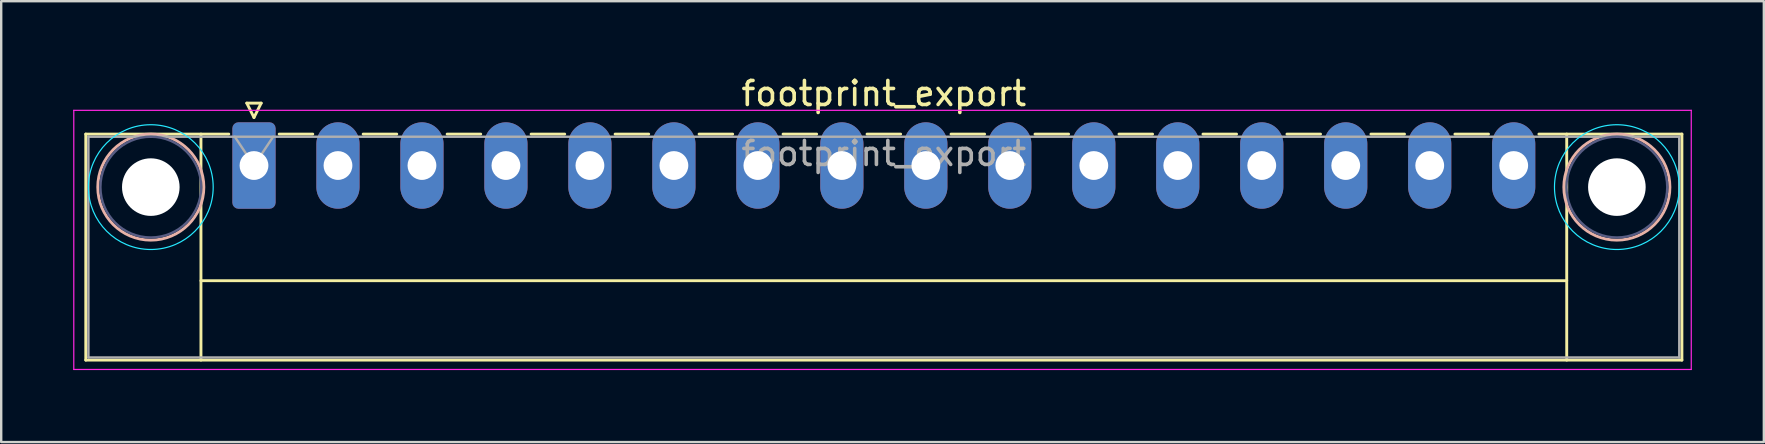
<source format=kicad_pcb>
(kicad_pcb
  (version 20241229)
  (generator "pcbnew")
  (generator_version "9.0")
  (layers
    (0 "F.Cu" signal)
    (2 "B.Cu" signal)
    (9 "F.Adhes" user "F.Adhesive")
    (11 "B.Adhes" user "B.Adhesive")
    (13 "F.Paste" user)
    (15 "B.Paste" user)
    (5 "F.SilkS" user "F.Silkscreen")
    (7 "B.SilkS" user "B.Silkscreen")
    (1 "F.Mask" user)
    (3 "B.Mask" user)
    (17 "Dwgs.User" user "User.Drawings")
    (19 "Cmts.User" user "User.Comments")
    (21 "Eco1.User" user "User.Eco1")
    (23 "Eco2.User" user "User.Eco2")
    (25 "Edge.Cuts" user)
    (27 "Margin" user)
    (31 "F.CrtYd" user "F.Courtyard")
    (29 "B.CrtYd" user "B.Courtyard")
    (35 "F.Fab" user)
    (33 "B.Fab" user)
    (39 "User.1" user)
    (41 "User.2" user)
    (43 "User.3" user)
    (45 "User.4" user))
  (footprint "footprint_export"
    (layer "F.Cu")
    (at 7.535 3.848)
    (property "Reference" "footprint_export" (at 26.25 -3 0) (layer "F.SilkS") (effects (font (size 1 1) (thickness 0.15))))
    (attr through_hole)
    (fp_line (start -7.01 -1.31) (end -7.01 8.11) (stroke (width 0.12) (type solid)) (layer "F.SilkS"))
    (fp_line (start -7.01 -1.31) (end -1.05 -1.31) (stroke (width 0.12) (type solid)) (layer "F.SilkS"))
    (fp_line (start -7.01 8.11) (end 59.51 8.11) (stroke (width 0.12) (type solid)) (layer "F.SilkS"))
    (fp_line (start -2.21 -1.31) (end -2.21 8.11) (stroke (width 0.12) (type solid)) (layer "F.SilkS"))
    (fp_line (start -2.21 4.8) (end 54.71 4.8) (stroke (width 0.12) (type solid)) (layer "F.SilkS"))
    (fp_line (start -0.3 -2.6) (end 0.3 -2.6) (stroke (width 0.12) (type solid)) (layer "F.SilkS"))
    (fp_line (start 0 -2) (end -0.3 -2.6) (stroke (width 0.12) (type solid)) (layer "F.SilkS"))
    (fp_line (start 0.3 -2.6) (end 0 -2) (stroke (width 0.12) (type solid)) (layer "F.SilkS"))
    (fp_line (start 1.05 -1.31) (end 2.45 -1.31) (stroke (width 0.12) (type solid)) (layer "F.SilkS"))
    (fp_line (start 4.55 -1.31) (end 5.95 -1.31) (stroke (width 0.12) (type solid)) (layer "F.SilkS"))
    (fp_line (start 8.05 -1.31) (end 9.45 -1.31) (stroke (width 0.12) (type solid)) (layer "F.SilkS"))
    (fp_line (start 11.55 -1.31) (end 12.95 -1.31) (stroke (width 0.12) (type solid)) (layer "F.SilkS"))
    (fp_line (start 15.05 -1.31) (end 16.45 -1.31) (stroke (width 0.12) (type solid)) (layer "F.SilkS"))
    (fp_line (start 18.55 -1.31) (end 19.95 -1.31) (stroke (width 0.12) (type solid)) (layer "F.SilkS"))
    (fp_line (start 22.05 -1.31) (end 23.45 -1.31) (stroke (width 0.12) (type solid)) (layer "F.SilkS"))
    (fp_line (start 25.55 -1.31) (end 26.95 -1.31) (stroke (width 0.12) (type solid)) (layer "F.SilkS"))
    (fp_line (start 29.05 -1.31) (end 30.45 -1.31) (stroke (width 0.12) (type solid)) (layer "F.SilkS"))
    (fp_line (start 32.55 -1.31) (end 33.95 -1.31) (stroke (width 0.12) (type solid)) (layer "F.SilkS"))
    (fp_line (start 36.05 -1.31) (end 37.45 -1.31) (stroke (width 0.12) (type solid)) (layer "F.SilkS"))
    (fp_line (start 39.55 -1.31) (end 40.95 -1.31) (stroke (width 0.12) (type solid)) (layer "F.SilkS"))
    (fp_line (start 43.05 -1.31) (end 44.45 -1.31) (stroke (width 0.12) (type solid)) (layer "F.SilkS"))
    (fp_line (start 46.55 -1.31) (end 47.95 -1.31) (stroke (width 0.12) (type solid)) (layer "F.SilkS"))
    (fp_line (start 50.05 -1.31) (end 51.45 -1.31) (stroke (width 0.12) (type solid)) (layer "F.SilkS"))
    (fp_line (start 54.71 -1.31) (end 54.71 8.11) (stroke (width 0.12) (type solid)) (layer "F.SilkS"))
    (fp_line (start 59.51 -1.31) (end 53.55 -1.31) (stroke (width 0.12) (type solid)) (layer "F.SilkS"))
    (fp_line (start 59.51 8.11) (end 59.51 -1.31) (stroke (width 0.12) (type solid)) (layer "F.SilkS"))
    (fp_circle (center -4.3 0.9) (end -2.09 0.9) (stroke (width 0.12) (type solid)) (fill no) (layer "B.SilkS"))
    (fp_circle (center 56.8 0.9) (end 59.01 0.9) (stroke (width 0.12) (type solid)) (fill no) (layer "B.SilkS"))
    (fp_circle (center -4.3 0.9) (end -1.7 0.9) (stroke (width 0.05) (type solid)) (fill no) (layer "B.CrtYd"))
    (fp_circle (center 56.8 0.9) (end 59.4 0.9) (stroke (width 0.05) (type solid)) (fill no) (layer "B.CrtYd"))
    (fp_line (start -7.51 -2.3) (end -7.51 8.5) (stroke (width 0.05) (type solid)) (layer "F.CrtYd"))
    (fp_line (start -7.51 8.5) (end 59.9 8.5) (stroke (width 0.05) (type solid)) (layer "F.CrtYd"))
    (fp_line (start 59.9 -2.3) (end -7.51 -2.3) (stroke (width 0.05) (type solid)) (layer "F.CrtYd"))
    (fp_line (start 59.9 8.5) (end 59.9 -2.3) (stroke (width 0.05) (type solid)) (layer "F.CrtYd"))
    (fp_circle (center -4.3 0.9) (end -2.2 0.9) (stroke (width 0.1) (type solid)) (fill no) (layer "B.Fab"))
    (fp_circle (center 56.8 0.9) (end 58.9 0.9) (stroke (width 0.1) (type solid)) (fill no) (layer "B.Fab"))
    (fp_line (start -6.9 -1.2) (end -6.9 8) (stroke (width 0.1) (type solid)) (layer "F.Fab"))
    (fp_line (start -6.9 8) (end 59.4 8) (stroke (width 0.1) (type solid)) (layer "F.Fab"))
    (fp_line (start 0 0) (end -0.8 -1.2) (stroke (width 0.1) (type solid)) (layer "F.Fab"))
    (fp_line (start 0.8 -1.2) (end 0 0) (stroke (width 0.1) (type solid)) (layer "F.Fab"))
    (fp_line (start 59.4 -1.2) (end -6.9 -1.2) (stroke (width 0.1) (type solid)) (layer "F.Fab"))
    (fp_line (start 59.4 8) (end 59.4 -1.2) (stroke (width 0.1) (type solid)) (layer "F.Fab"))
    (fp_text user "${REFERENCE}" (at 26.25 -0.5 0) (layer "F.Fab") (effects (font (size 1 1) (thickness 0.15))))
    (pad "" np_thru_hole circle (at -4.3 0.9) (size 2.4 2.4) (drill 2.4) (layers "*.Cu" "*.Mask"))
    (pad "" np_thru_hole circle (at 56.8 0.9) (size 2.4 2.4) (drill 2.4) (layers "*.Cu" "*.Mask"))
    (pad "1" thru_hole roundrect (at 0 0) (size 1.8 3.6) (drill 1.2) (layers "*.Cu" "*.Mask") (roundrect_rratio 0.139))
    (pad "2" thru_hole oval (at 3.5 0) (size 1.8 3.6) (drill 1.2) (layers "*.Cu" "*.Mask"))
    (pad "3" thru_hole oval (at 7 0) (size 1.8 3.6) (drill 1.2) (layers "*.Cu" "*.Mask"))
    (pad "4" thru_hole oval (at 10.5 0) (size 1.8 3.6) (drill 1.2) (layers "*.Cu" "*.Mask"))
    (pad "5" thru_hole oval (at 14 0) (size 1.8 3.6) (drill 1.2) (layers "*.Cu" "*.Mask"))
    (pad "6" thru_hole oval (at 17.5 0) (size 1.8 3.6) (drill 1.2) (layers "*.Cu" "*.Mask"))
    (pad "7" thru_hole oval (at 21 0) (size 1.8 3.6) (drill 1.2) (layers "*.Cu" "*.Mask"))
    (pad "8" thru_hole oval (at 24.5 0) (size 1.8 3.6) (drill 1.2) (layers "*.Cu" "*.Mask"))
    (pad "9" thru_hole oval (at 28 0) (size 1.8 3.6) (drill 1.2) (layers "*.Cu" "*.Mask"))
    (pad "10" thru_hole oval (at 31.5 0) (size 1.8 3.6) (drill 1.2) (layers "*.Cu" "*.Mask"))
    (pad "11" thru_hole oval (at 35 0) (size 1.8 3.6) (drill 1.2) (layers "*.Cu" "*.Mask"))
    (pad "12" thru_hole oval (at 38.5 0) (size 1.8 3.6) (drill 1.2) (layers "*.Cu" "*.Mask"))
    (pad "13" thru_hole oval (at 42 0) (size 1.8 3.6) (drill 1.2) (layers "*.Cu" "*.Mask"))
    (pad "14" thru_hole oval (at 45.5 0) (size 1.8 3.6) (drill 1.2) (layers "*.Cu" "*.Mask"))
    (pad "15" thru_hole oval (at 49 0) (size 1.8 3.6) (drill 1.2) (layers "*.Cu" "*.Mask"))
    (pad "16" thru_hole oval (at 52.5 0) (size 1.8 3.6) (drill 1.2) (layers "*.Cu" "*.Mask")))
  (gr_rect
    (start -3 -3)
    (end 70.46 15.373)
    (stroke (width 0.1) (type default))
    (fill no)
    (layer "Edge.Cuts")))
</source>
